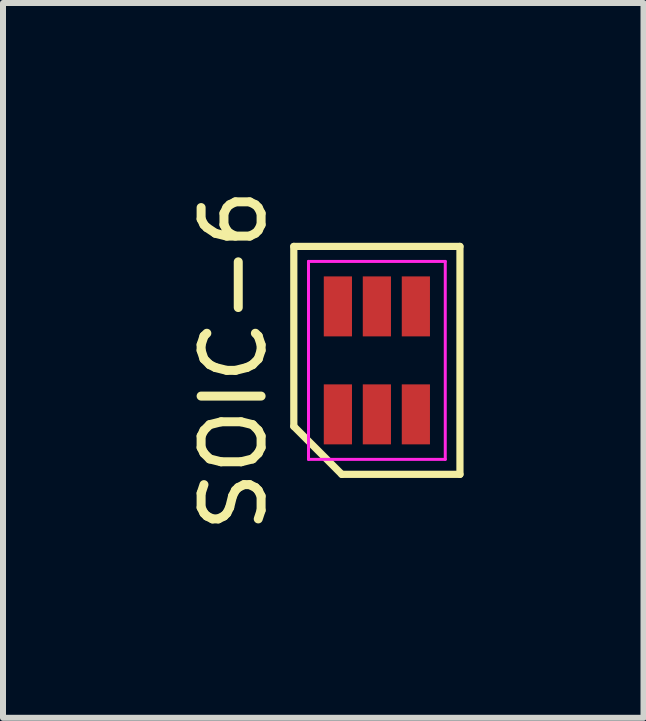
<source format=kicad_pcb>
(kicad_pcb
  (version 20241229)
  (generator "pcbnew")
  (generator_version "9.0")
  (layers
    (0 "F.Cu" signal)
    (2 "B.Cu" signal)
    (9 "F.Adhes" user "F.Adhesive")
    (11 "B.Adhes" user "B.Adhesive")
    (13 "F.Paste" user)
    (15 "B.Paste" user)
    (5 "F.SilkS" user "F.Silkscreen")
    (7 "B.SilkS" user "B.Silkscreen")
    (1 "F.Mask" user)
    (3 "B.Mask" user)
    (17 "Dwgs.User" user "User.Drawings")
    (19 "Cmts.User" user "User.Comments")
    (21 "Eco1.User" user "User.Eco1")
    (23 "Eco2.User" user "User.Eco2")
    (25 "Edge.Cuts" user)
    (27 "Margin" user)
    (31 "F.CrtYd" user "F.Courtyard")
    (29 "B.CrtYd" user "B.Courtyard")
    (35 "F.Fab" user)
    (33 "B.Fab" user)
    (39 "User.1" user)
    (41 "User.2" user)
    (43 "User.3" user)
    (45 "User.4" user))
  (footprint "SOIC-6"
    (layer "F.Cu")
    (at 3.233 2.958)
    (property "Reference" "SOIC-6" (at -2.385 0 90) (layer "F.SilkS") (effects (font (size 1 1) (thickness 0.15))))
    (attr smd)
    (fp_line (start -1.385 -1.9) (end 1.385 -1.9) (stroke (width 0.12) (type solid)) (layer "F.SilkS"))
    (fp_line (start -1.385 1.1) (end -1.385 -1.9) (stroke (width 0.12) (type solid)) (layer "F.SilkS"))
    (fp_line (start -0.585 1.9) (end -1.385 1.1) (stroke (width 0.12) (type solid)) (layer "F.SilkS"))
    (fp_line (start 1.385 -1.9) (end 1.385 1.9) (stroke (width 0.12) (type solid)) (layer "F.SilkS"))
    (fp_line (start 1.385 1.9) (end -0.585 1.9) (stroke (width 0.12) (type solid)) (layer "F.SilkS"))
    (fp_line (start -1.14 -1.65) (end 1.14 -1.65) (stroke (width 0.05) (type solid)) (layer "F.CrtYd"))
    (fp_line (start -1.14 1.65) (end -1.14 -1.65) (stroke (width 0.05) (type solid)) (layer "F.CrtYd"))
    (fp_line (start 1.14 -1.65) (end 1.14 1.65) (stroke (width 0.05) (type solid)) (layer "F.CrtYd"))
    (fp_line (start 1.14 1.65) (end -1.14 1.65) (stroke (width 0.05) (type solid)) (layer "F.CrtYd"))
    (pad "1" smd rect (at -0.65 0.9) (size 0.47 1) (layers "F.Cu" "F.Mask" "F.Paste"))
    (pad "2" smd rect (at 0 0.9) (size 0.47 1) (layers "F.Cu" "F.Mask" "F.Paste"))
    (pad "3" smd rect (at 0.65 0.9) (size 0.47 1) (layers "F.Cu" "F.Mask" "F.Paste"))
    (pad "4" smd rect (at 0.65 -0.9) (size 0.47 1) (layers "F.Cu" "F.Mask" "F.Paste"))
    (pad "5" smd rect (at 0 -0.9) (size 0.47 1) (layers "F.Cu" "F.Mask" "F.Paste"))
    (pad "6" smd rect (at -0.65 -0.9) (size 0.47 1) (layers "F.Cu" "F.Mask" "F.Paste")))
  (gr_rect
    (start -3 -3)
    (end 7.678 8.917)
    (stroke (width 0.1) (type default))
    (fill no)
    (layer "Edge.Cuts")))
</source>
